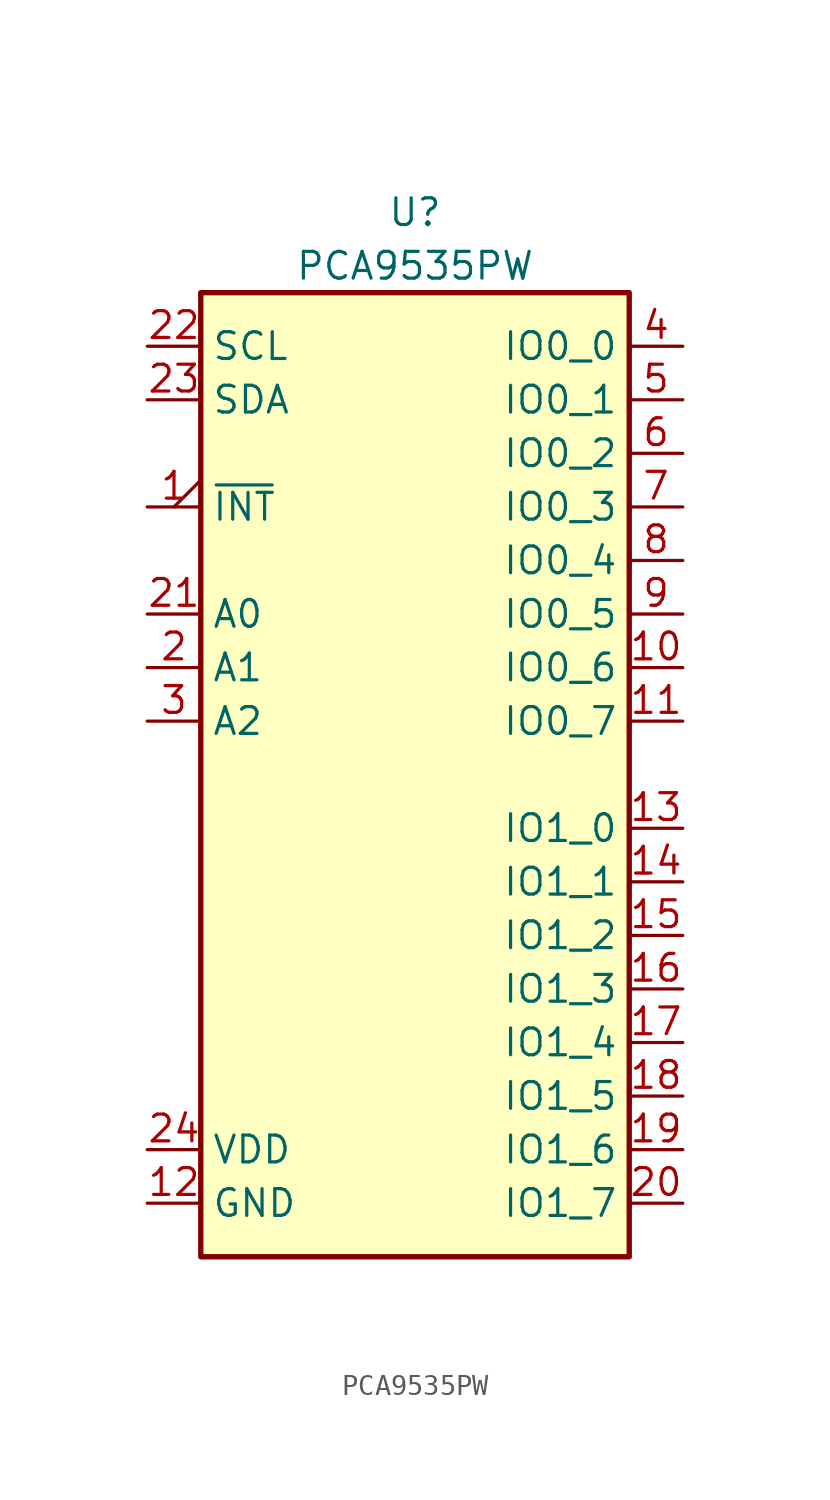
<source format=kicad_sym>
(kicad_symbol_lib
  (version 20220914)
  (generator kicad_symbol_editor)
  (symbol "PCA9535PW"
    (property "Reference" "U"
      (at 0 26.67 0)
      (effects (font (size 1.27 1.27))))
    (property "Value" "PCA9535PW"
      (at 0 24.13 0)
      (effects (font (size 1.27 1.27))))
    (symbol "PCA9535PW_0_1"
      (rectangle (start -10.16 22.86) (end 10.16 -22.86) (stroke (width 0.254) (type default)) (fill (type background))))
    (symbol "PCA9535PW_1_1"
      (pin open_collector output_low (at -12.7 12.7 0) (length 2.54) (name "~{INT}" (effects (font (size 1.27 1.27)))) (number "1" (effects (font (size 1.27 1.27)))))
      (pin bidirectional line (at 12.7 5.08 180) (length 2.54) (name "IO0_6" (effects (font (size 1.27 1.27)))) (number "10" (effects (font (size 1.27 1.27)))))
      (pin bidirectional line (at 12.7 2.54 180) (length 2.54) (name "IO0_7" (effects (font (size 1.27 1.27)))) (number "11" (effects (font (size 1.27 1.27)))))
      (pin power_in line (at -12.7 -20.32 0) (length 2.54) (name "GND" (effects (font (size 1.27 1.27)))) (number "12" (effects (font (size 1.27 1.27)))))
      (pin bidirectional line (at 12.7 -2.54 180) (length 2.54) (name "IO1_0" (effects (font (size 1.27 1.27)))) (number "13" (effects (font (size 1.27 1.27)))))
      (pin bidirectional line (at 12.7 -5.08 180) (length 2.54) (name "IO1_1" (effects (font (size 1.27 1.27)))) (number "14" (effects (font (size 1.27 1.27)))))
      (pin bidirectional line (at 12.7 -7.62 180) (length 2.54) (name "IO1_2" (effects (font (size 1.27 1.27)))) (number "15" (effects (font (size 1.27 1.27)))))
      (pin bidirectional line (at 12.7 -10.16 180) (length 2.54) (name "IO1_3" (effects (font (size 1.27 1.27)))) (number "16" (effects (font (size 1.27 1.27)))))
      (pin bidirectional line (at 12.7 -12.7 180) (length 2.54) (name "IO1_4" (effects (font (size 1.27 1.27)))) (number "17" (effects (font (size 1.27 1.27)))))
      (pin bidirectional line (at 12.7 -15.24 180) (length 2.54) (name "IO1_5" (effects (font (size 1.27 1.27)))) (number "18" (effects (font (size 1.27 1.27)))))
      (pin bidirectional line (at 12.7 -17.78 180) (length 2.54) (name "IO1_6" (effects (font (size 1.27 1.27)))) (number "19" (effects (font (size 1.27 1.27)))))
      (pin input line (at -12.7 5.08 0) (length 2.54) (name "A1" (effects (font (size 1.27 1.27)))) (number "2" (effects (font (size 1.27 1.27)))))
      (pin bidirectional line (at 12.7 -20.32 180) (length 2.54) (name "IO1_7" (effects (font (size 1.27 1.27)))) (number "20" (effects (font (size 1.27 1.27)))))
      (pin input line (at -12.7 7.62 0) (length 2.54) (name "A0" (effects (font (size 1.27 1.27)))) (number "21" (effects (font (size 1.27 1.27)))))
      (pin input line (at -12.7 20.32 0) (length 2.54) (name "SCL" (effects (font (size 1.27 1.27)))) (number "22" (effects (font (size 1.27 1.27)))))
      (pin bidirectional line (at -12.7 17.78 0) (length 2.54) (name "SDA" (effects (font (size 1.27 1.27)))) (number "23" (effects (font (size 1.27 1.27)))))
      (pin power_in line (at -12.7 -17.78 0) (length 2.54) (name "VDD" (effects (font (size 1.27 1.27)))) (number "24" (effects (font (size 1.27 1.27)))))
      (pin input line (at -12.7 2.54 0) (length 2.54) (name "A2" (effects (font (size 1.27 1.27)))) (number "3" (effects (font (size 1.27 1.27)))))
      (pin bidirectional line (at 12.7 20.32 180) (length 2.54) (name "IO0_0" (effects (font (size 1.27 1.27)))) (number "4" (effects (font (size 1.27 1.27)))))
      (pin bidirectional line (at 12.7 17.78 180) (length 2.54) (name "IO0_1" (effects (font (size 1.27 1.27)))) (number "5" (effects (font (size 1.27 1.27)))))
      (pin bidirectional line (at 12.7 15.24 180) (length 2.54) (name "IO0_2" (effects (font (size 1.27 1.27)))) (number "6" (effects (font (size 1.27 1.27)))))
      (pin bidirectional line (at 12.7 12.7 180) (length 2.54) (name "IO0_3" (effects (font (size 1.27 1.27)))) (number "7" (effects (font (size 1.27 1.27)))))
      (pin bidirectional line (at 12.7 10.16 180) (length 2.54) (name "IO0_4" (effects (font (size 1.27 1.27)))) (number "8" (effects (font (size 1.27 1.27)))))
      (pin bidirectional line (at 12.7 7.62 180) (length 2.54) (name "IO0_5" (effects (font (size 1.27 1.27)))) (number "9" (effects (font (size 1.27 1.27))))))))
</source>
